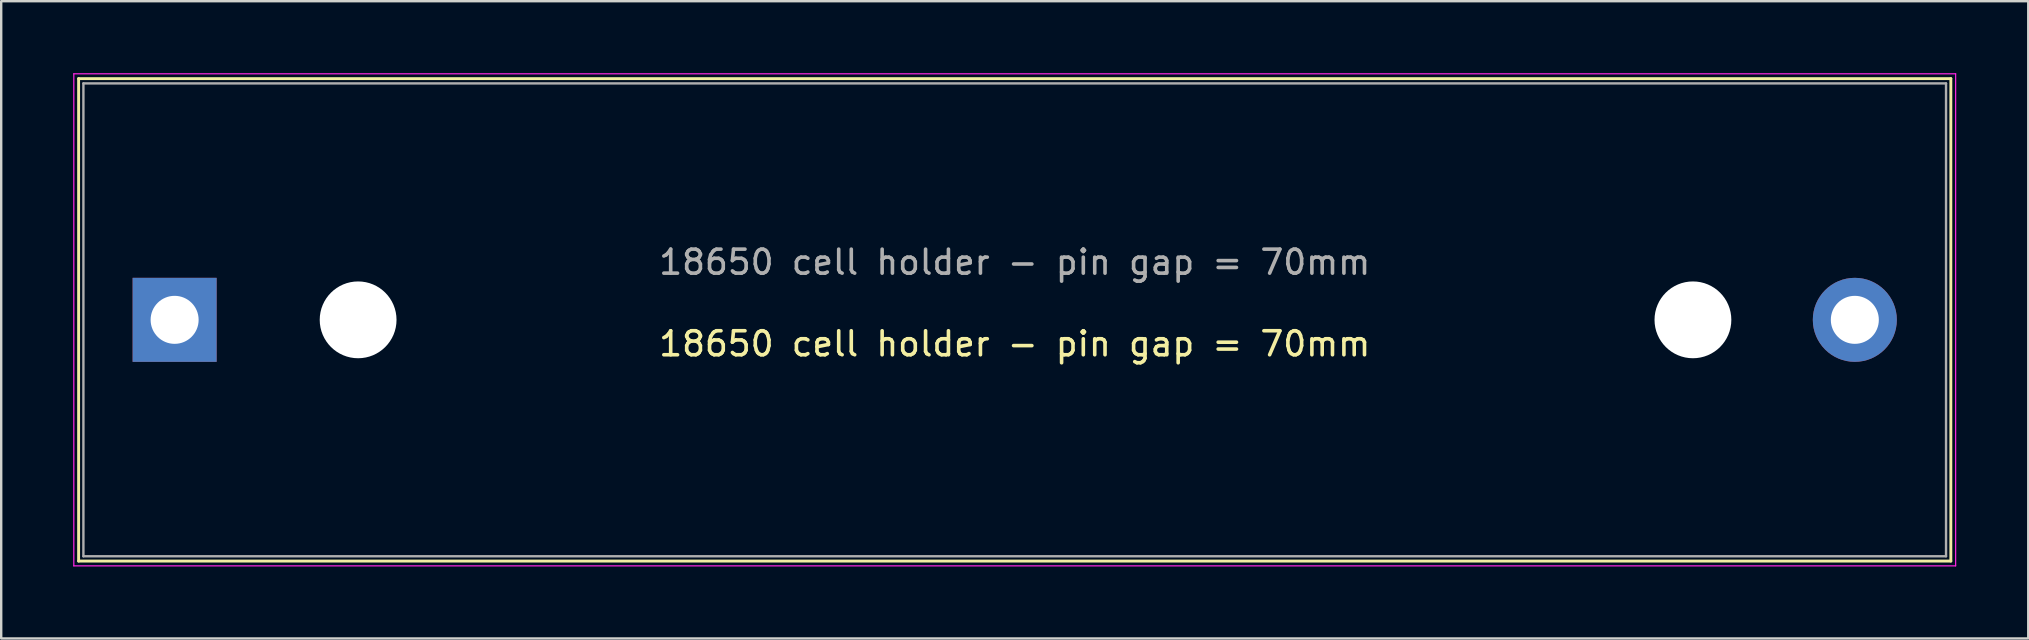
<source format=kicad_pcb>
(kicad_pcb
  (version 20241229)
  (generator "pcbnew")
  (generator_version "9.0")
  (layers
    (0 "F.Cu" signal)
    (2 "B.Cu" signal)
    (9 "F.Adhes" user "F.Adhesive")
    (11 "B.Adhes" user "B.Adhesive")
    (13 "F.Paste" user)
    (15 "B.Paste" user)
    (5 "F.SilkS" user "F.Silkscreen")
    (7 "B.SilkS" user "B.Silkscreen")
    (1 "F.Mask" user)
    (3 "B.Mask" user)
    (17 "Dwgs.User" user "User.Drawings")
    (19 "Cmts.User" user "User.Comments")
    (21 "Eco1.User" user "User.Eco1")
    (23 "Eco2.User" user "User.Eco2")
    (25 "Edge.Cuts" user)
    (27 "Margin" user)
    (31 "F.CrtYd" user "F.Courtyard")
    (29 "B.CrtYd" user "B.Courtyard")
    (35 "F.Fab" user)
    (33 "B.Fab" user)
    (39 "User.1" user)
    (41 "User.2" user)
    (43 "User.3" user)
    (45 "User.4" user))
  (footprint "18650 cell holder - pin gap = 70mm"
    (layer "F.Cu")
    (at 3.225 10.275)
    (property "Reference" "18650 cell holder - pin gap = 70mm" (at 36 1 0) (layer "F.SilkS") (effects (font (size 1 1) (thickness 0.15))))
    (attr through_hole)
    (fp_line (start -3 -10.05) (end 75 -10.05) (stroke (width 0.12) (type solid)) (layer "F.SilkS"))
    (fp_line (start -3 10.05) (end -3 -10.05) (stroke (width 0.12) (type solid)) (layer "F.SilkS"))
    (fp_line (start 75 -10.05) (end 75 10.05) (stroke (width 0.12) (type solid)) (layer "F.SilkS"))
    (fp_line (start 75 10.05) (end -3 10.05) (stroke (width 0.12) (type solid)) (layer "F.SilkS"))
    (fp_line (start -3.2 -10.25) (end 75.2 -10.25) (stroke (width 0.05) (type solid)) (layer "F.CrtYd"))
    (fp_line (start -3.2 10.25) (end -3.2 -10.25) (stroke (width 0.05) (type solid)) (layer "F.CrtYd"))
    (fp_line (start 75.2 -10.25) (end 75.2 10.25) (stroke (width 0.05) (type solid)) (layer "F.CrtYd"))
    (fp_line (start 75.2 10.25) (end -3.2 10.25) (stroke (width 0.05) (type solid)) (layer "F.CrtYd"))
    (fp_line (start -2.8 -9.85) (end 74.8 -9.85) (stroke (width 0.1) (type solid)) (layer "F.Fab"))
    (fp_line (start -2.8 9.85) (end -2.8 -9.85) (stroke (width 0.1) (type solid)) (layer "F.Fab"))
    (fp_line (start 74.8 -9.85) (end 74.8 9.85) (stroke (width 0.1) (type solid)) (layer "F.Fab"))
    (fp_line (start 74.8 9.85) (end -2.8 9.85) (stroke (width 0.1) (type solid)) (layer "F.Fab"))
    (fp_text user "${REFERENCE}" (at 36 -2.4 0) (layer "F.Fab") (effects (font (size 1 1) (thickness 0.15))))
    (pad "" np_thru_hole circle (at 8.645 0) (size 3.2 3.2) (drill 3.2) (layers "*.Cu" "*.Mask"))
    (pad "" np_thru_hole circle (at 64.255 0) (size 3.2 3.2) (drill 3.2) (layers "*.Cu" "*.Mask"))
    (pad "1" thru_hole rect (at 1 0) (size 3.5 3.5) (drill 2) (layers "*.Cu" "*.Mask"))
    (pad "2" thru_hole circle (at 71 0) (size 3.5 3.5) (drill 2) (layers "*.Cu" "*.Mask")))
  (gr_rect
    (start -3 -3)
    (end 81.45 23.55)
    (stroke (width 0.1) (type default))
    (fill no)
    (layer "Edge.Cuts")))
</source>
